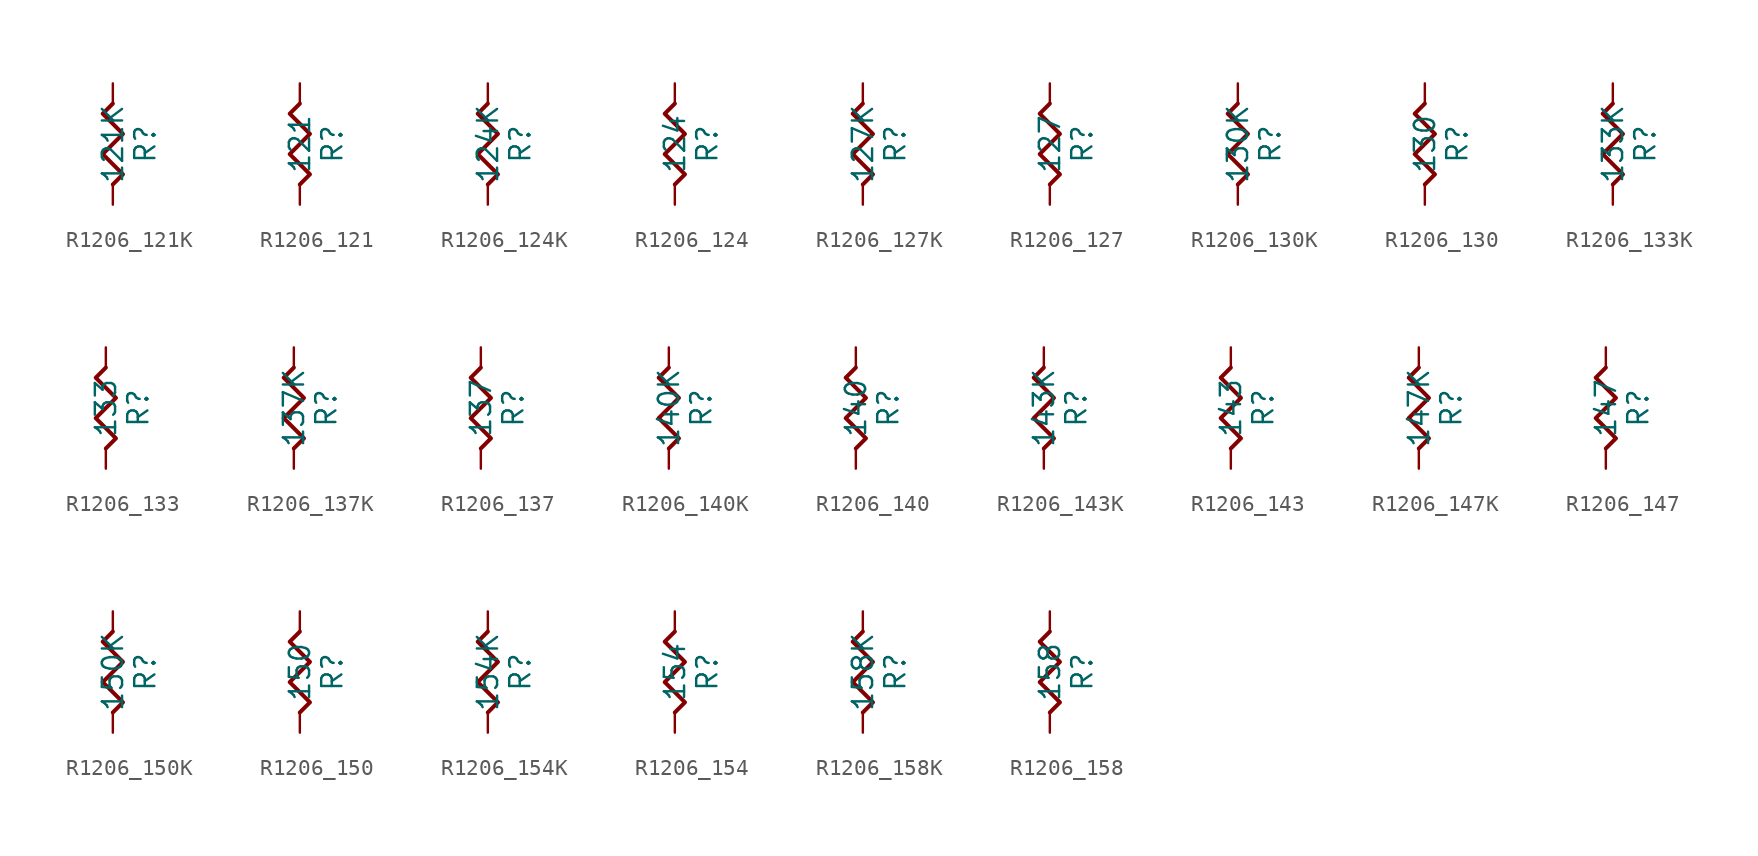
<source format=kicad_sym>
(kicad_symbol_lib
  (version 20211014)
  (generator atlantix-eda)
  (symbol "R1206_121K"
    (pin_numbers hide)
    (pin_names
      (offset 0))
    (property "Reference" "R"
      (at 2.032 0 90)
      (effects (font (size 1.27 1.27))))
    (property "Value" "121K"
      (at 0 0 90)
      (effects (font (size 1.27 1.27))))
    (symbol "R1206_121K_0_1"
      (polyline (pts (xy 0 -2.54) (xy 0.635 -1.905) (xy -0.635 -0.635) (xy 0.635 0.635) (xy -0.635 1.905) (xy 0 2.54)) (stroke (width 0.254) (type default) (color 0 0 0 0)) (fill (type none))))
    (symbol "R1206_121K_1_1"
      (pin passive line (at 0 3.81 270) (length 1.27) (name "~" (effects (font (size 1.27 1.27)))) (number "1" (effects (font (size 1.27 1.27)))))
      (pin passive line (at 0 -3.81 90) (length 1.27) (name "~" (effects (font (size 1.27 1.27)))) (number "2" (effects (font (size 1.27 1.27)))))))
  (symbol "R1206_121"
    (pin_numbers hide)
    (pin_names
      (offset 0))
    (property "Reference" "R"
      (at 2.032 0 90)
      (effects (font (size 1.27 1.27))))
    (property "Value" "121"
      (at 0 0 90)
      (effects (font (size 1.27 1.27))))
    (symbol "R1206_121_0_1"
      (polyline (pts (xy 0 -2.54) (xy 0.635 -1.905) (xy -0.635 -0.635) (xy 0.635 0.635) (xy -0.635 1.905) (xy 0 2.54)) (stroke (width 0.254) (type default) (color 0 0 0 0)) (fill (type none))))
    (symbol "R1206_121_1_1"
      (pin passive line (at 0 3.81 270) (length 1.27) (name "~" (effects (font (size 1.27 1.27)))) (number "1" (effects (font (size 1.27 1.27)))))
      (pin passive line (at 0 -3.81 90) (length 1.27) (name "~" (effects (font (size 1.27 1.27)))) (number "2" (effects (font (size 1.27 1.27)))))))
  (symbol "R1206_124K"
    (pin_numbers hide)
    (pin_names
      (offset 0))
    (property "Reference" "R"
      (at 2.032 0 90)
      (effects (font (size 1.27 1.27))))
    (property "Value" "124K"
      (at 0 0 90)
      (effects (font (size 1.27 1.27))))
    (symbol "R1206_124K_0_1"
      (polyline (pts (xy 0 -2.54) (xy 0.635 -1.905) (xy -0.635 -0.635) (xy 0.635 0.635) (xy -0.635 1.905) (xy 0 2.54)) (stroke (width 0.254) (type default) (color 0 0 0 0)) (fill (type none))))
    (symbol "R1206_124K_1_1"
      (pin passive line (at 0 3.81 270) (length 1.27) (name "~" (effects (font (size 1.27 1.27)))) (number "1" (effects (font (size 1.27 1.27)))))
      (pin passive line (at 0 -3.81 90) (length 1.27) (name "~" (effects (font (size 1.27 1.27)))) (number "2" (effects (font (size 1.27 1.27)))))))
  (symbol "R1206_124"
    (pin_numbers hide)
    (pin_names
      (offset 0))
    (property "Reference" "R"
      (at 2.032 0 90)
      (effects (font (size 1.27 1.27))))
    (property "Value" "124"
      (at 0 0 90)
      (effects (font (size 1.27 1.27))))
    (symbol "R1206_124_0_1"
      (polyline (pts (xy 0 -2.54) (xy 0.635 -1.905) (xy -0.635 -0.635) (xy 0.635 0.635) (xy -0.635 1.905) (xy 0 2.54)) (stroke (width 0.254) (type default) (color 0 0 0 0)) (fill (type none))))
    (symbol "R1206_124_1_1"
      (pin passive line (at 0 3.81 270) (length 1.27) (name "~" (effects (font (size 1.27 1.27)))) (number "1" (effects (font (size 1.27 1.27)))))
      (pin passive line (at 0 -3.81 90) (length 1.27) (name "~" (effects (font (size 1.27 1.27)))) (number "2" (effects (font (size 1.27 1.27)))))))
  (symbol "R1206_127K"
    (pin_numbers hide)
    (pin_names
      (offset 0))
    (property "Reference" "R"
      (at 2.032 0 90)
      (effects (font (size 1.27 1.27))))
    (property "Value" "127K"
      (at 0 0 90)
      (effects (font (size 1.27 1.27))))
    (symbol "R1206_127K_0_1"
      (polyline (pts (xy 0 -2.54) (xy 0.635 -1.905) (xy -0.635 -0.635) (xy 0.635 0.635) (xy -0.635 1.905) (xy 0 2.54)) (stroke (width 0.254) (type default) (color 0 0 0 0)) (fill (type none))))
    (symbol "R1206_127K_1_1"
      (pin passive line (at 0 3.81 270) (length 1.27) (name "~" (effects (font (size 1.27 1.27)))) (number "1" (effects (font (size 1.27 1.27)))))
      (pin passive line (at 0 -3.81 90) (length 1.27) (name "~" (effects (font (size 1.27 1.27)))) (number "2" (effects (font (size 1.27 1.27)))))))
  (symbol "R1206_127"
    (pin_numbers hide)
    (pin_names
      (offset 0))
    (property "Reference" "R"
      (at 2.032 0 90)
      (effects (font (size 1.27 1.27))))
    (property "Value" "127"
      (at 0 0 90)
      (effects (font (size 1.27 1.27))))
    (symbol "R1206_127_0_1"
      (polyline (pts (xy 0 -2.54) (xy 0.635 -1.905) (xy -0.635 -0.635) (xy 0.635 0.635) (xy -0.635 1.905) (xy 0 2.54)) (stroke (width 0.254) (type default) (color 0 0 0 0)) (fill (type none))))
    (symbol "R1206_127_1_1"
      (pin passive line (at 0 3.81 270) (length 1.27) (name "~" (effects (font (size 1.27 1.27)))) (number "1" (effects (font (size 1.27 1.27)))))
      (pin passive line (at 0 -3.81 90) (length 1.27) (name "~" (effects (font (size 1.27 1.27)))) (number "2" (effects (font (size 1.27 1.27)))))))
  (symbol "R1206_130K"
    (pin_numbers hide)
    (pin_names
      (offset 0))
    (property "Reference" "R"
      (at 2.032 0 90)
      (effects (font (size 1.27 1.27))))
    (property "Value" "130K"
      (at 0 0 90)
      (effects (font (size 1.27 1.27))))
    (symbol "R1206_130K_0_1"
      (polyline (pts (xy 0 -2.54) (xy 0.635 -1.905) (xy -0.635 -0.635) (xy 0.635 0.635) (xy -0.635 1.905) (xy 0 2.54)) (stroke (width 0.254) (type default) (color 0 0 0 0)) (fill (type none))))
    (symbol "R1206_130K_1_1"
      (pin passive line (at 0 3.81 270) (length 1.27) (name "~" (effects (font (size 1.27 1.27)))) (number "1" (effects (font (size 1.27 1.27)))))
      (pin passive line (at 0 -3.81 90) (length 1.27) (name "~" (effects (font (size 1.27 1.27)))) (number "2" (effects (font (size 1.27 1.27)))))))
  (symbol "R1206_130"
    (pin_numbers hide)
    (pin_names
      (offset 0))
    (property "Reference" "R"
      (at 2.032 0 90)
      (effects (font (size 1.27 1.27))))
    (property "Value" "130"
      (at 0 0 90)
      (effects (font (size 1.27 1.27))))
    (symbol "R1206_130_0_1"
      (polyline (pts (xy 0 -2.54) (xy 0.635 -1.905) (xy -0.635 -0.635) (xy 0.635 0.635) (xy -0.635 1.905) (xy 0 2.54)) (stroke (width 0.254) (type default) (color 0 0 0 0)) (fill (type none))))
    (symbol "R1206_130_1_1"
      (pin passive line (at 0 3.81 270) (length 1.27) (name "~" (effects (font (size 1.27 1.27)))) (number "1" (effects (font (size 1.27 1.27)))))
      (pin passive line (at 0 -3.81 90) (length 1.27) (name "~" (effects (font (size 1.27 1.27)))) (number "2" (effects (font (size 1.27 1.27)))))))
  (symbol "R1206_133K"
    (pin_numbers hide)
    (pin_names
      (offset 0))
    (property "Reference" "R"
      (at 2.032 0 90)
      (effects (font (size 1.27 1.27))))
    (property "Value" "133K"
      (at 0 0 90)
      (effects (font (size 1.27 1.27))))
    (symbol "R1206_133K_0_1"
      (polyline (pts (xy 0 -2.54) (xy 0.635 -1.905) (xy -0.635 -0.635) (xy 0.635 0.635) (xy -0.635 1.905) (xy 0 2.54)) (stroke (width 0.254) (type default) (color 0 0 0 0)) (fill (type none))))
    (symbol "R1206_133K_1_1"
      (pin passive line (at 0 3.81 270) (length 1.27) (name "~" (effects (font (size 1.27 1.27)))) (number "1" (effects (font (size 1.27 1.27)))))
      (pin passive line (at 0 -3.81 90) (length 1.27) (name "~" (effects (font (size 1.27 1.27)))) (number "2" (effects (font (size 1.27 1.27)))))))
  (symbol "R1206_133"
    (pin_numbers hide)
    (pin_names
      (offset 0))
    (property "Reference" "R"
      (at 2.032 0 90)
      (effects (font (size 1.27 1.27))))
    (property "Value" "133"
      (at 0 0 90)
      (effects (font (size 1.27 1.27))))
    (symbol "R1206_133_0_1"
      (polyline (pts (xy 0 -2.54) (xy 0.635 -1.905) (xy -0.635 -0.635) (xy 0.635 0.635) (xy -0.635 1.905) (xy 0 2.54)) (stroke (width 0.254) (type default) (color 0 0 0 0)) (fill (type none))))
    (symbol "R1206_133_1_1"
      (pin passive line (at 0 3.81 270) (length 1.27) (name "~" (effects (font (size 1.27 1.27)))) (number "1" (effects (font (size 1.27 1.27)))))
      (pin passive line (at 0 -3.81 90) (length 1.27) (name "~" (effects (font (size 1.27 1.27)))) (number "2" (effects (font (size 1.27 1.27)))))))
  (symbol "R1206_137K"
    (pin_numbers hide)
    (pin_names
      (offset 0))
    (property "Reference" "R"
      (at 2.032 0 90)
      (effects (font (size 1.27 1.27))))
    (property "Value" "137K"
      (at 0 0 90)
      (effects (font (size 1.27 1.27))))
    (symbol "R1206_137K_0_1"
      (polyline (pts (xy 0 -2.54) (xy 0.635 -1.905) (xy -0.635 -0.635) (xy 0.635 0.635) (xy -0.635 1.905) (xy 0 2.54)) (stroke (width 0.254) (type default) (color 0 0 0 0)) (fill (type none))))
    (symbol "R1206_137K_1_1"
      (pin passive line (at 0 3.81 270) (length 1.27) (name "~" (effects (font (size 1.27 1.27)))) (number "1" (effects (font (size 1.27 1.27)))))
      (pin passive line (at 0 -3.81 90) (length 1.27) (name "~" (effects (font (size 1.27 1.27)))) (number "2" (effects (font (size 1.27 1.27)))))))
  (symbol "R1206_137"
    (pin_numbers hide)
    (pin_names
      (offset 0))
    (property "Reference" "R"
      (at 2.032 0 90)
      (effects (font (size 1.27 1.27))))
    (property "Value" "137"
      (at 0 0 90)
      (effects (font (size 1.27 1.27))))
    (symbol "R1206_137_0_1"
      (polyline (pts (xy 0 -2.54) (xy 0.635 -1.905) (xy -0.635 -0.635) (xy 0.635 0.635) (xy -0.635 1.905) (xy 0 2.54)) (stroke (width 0.254) (type default) (color 0 0 0 0)) (fill (type none))))
    (symbol "R1206_137_1_1"
      (pin passive line (at 0 3.81 270) (length 1.27) (name "~" (effects (font (size 1.27 1.27)))) (number "1" (effects (font (size 1.27 1.27)))))
      (pin passive line (at 0 -3.81 90) (length 1.27) (name "~" (effects (font (size 1.27 1.27)))) (number "2" (effects (font (size 1.27 1.27)))))))
  (symbol "R1206_140K"
    (pin_numbers hide)
    (pin_names
      (offset 0))
    (property "Reference" "R"
      (at 2.032 0 90)
      (effects (font (size 1.27 1.27))))
    (property "Value" "140K"
      (at 0 0 90)
      (effects (font (size 1.27 1.27))))
    (symbol "R1206_140K_0_1"
      (polyline (pts (xy 0 -2.54) (xy 0.635 -1.905) (xy -0.635 -0.635) (xy 0.635 0.635) (xy -0.635 1.905) (xy 0 2.54)) (stroke (width 0.254) (type default) (color 0 0 0 0)) (fill (type none))))
    (symbol "R1206_140K_1_1"
      (pin passive line (at 0 3.81 270) (length 1.27) (name "~" (effects (font (size 1.27 1.27)))) (number "1" (effects (font (size 1.27 1.27)))))
      (pin passive line (at 0 -3.81 90) (length 1.27) (name "~" (effects (font (size 1.27 1.27)))) (number "2" (effects (font (size 1.27 1.27)))))))
  (symbol "R1206_140"
    (pin_numbers hide)
    (pin_names
      (offset 0))
    (property "Reference" "R"
      (at 2.032 0 90)
      (effects (font (size 1.27 1.27))))
    (property "Value" "140"
      (at 0 0 90)
      (effects (font (size 1.27 1.27))))
    (symbol "R1206_140_0_1"
      (polyline (pts (xy 0 -2.54) (xy 0.635 -1.905) (xy -0.635 -0.635) (xy 0.635 0.635) (xy -0.635 1.905) (xy 0 2.54)) (stroke (width 0.254) (type default) (color 0 0 0 0)) (fill (type none))))
    (symbol "R1206_140_1_1"
      (pin passive line (at 0 3.81 270) (length 1.27) (name "~" (effects (font (size 1.27 1.27)))) (number "1" (effects (font (size 1.27 1.27)))))
      (pin passive line (at 0 -3.81 90) (length 1.27) (name "~" (effects (font (size 1.27 1.27)))) (number "2" (effects (font (size 1.27 1.27)))))))
  (symbol "R1206_143K"
    (pin_numbers hide)
    (pin_names
      (offset 0))
    (property "Reference" "R"
      (at 2.032 0 90)
      (effects (font (size 1.27 1.27))))
    (property "Value" "143K"
      (at 0 0 90)
      (effects (font (size 1.27 1.27))))
    (symbol "R1206_143K_0_1"
      (polyline (pts (xy 0 -2.54) (xy 0.635 -1.905) (xy -0.635 -0.635) (xy 0.635 0.635) (xy -0.635 1.905) (xy 0 2.54)) (stroke (width 0.254) (type default) (color 0 0 0 0)) (fill (type none))))
    (symbol "R1206_143K_1_1"
      (pin passive line (at 0 3.81 270) (length 1.27) (name "~" (effects (font (size 1.27 1.27)))) (number "1" (effects (font (size 1.27 1.27)))))
      (pin passive line (at 0 -3.81 90) (length 1.27) (name "~" (effects (font (size 1.27 1.27)))) (number "2" (effects (font (size 1.27 1.27)))))))
  (symbol "R1206_143"
    (pin_numbers hide)
    (pin_names
      (offset 0))
    (property "Reference" "R"
      (at 2.032 0 90)
      (effects (font (size 1.27 1.27))))
    (property "Value" "143"
      (at 0 0 90)
      (effects (font (size 1.27 1.27))))
    (symbol "R1206_143_0_1"
      (polyline (pts (xy 0 -2.54) (xy 0.635 -1.905) (xy -0.635 -0.635) (xy 0.635 0.635) (xy -0.635 1.905) (xy 0 2.54)) (stroke (width 0.254) (type default) (color 0 0 0 0)) (fill (type none))))
    (symbol "R1206_143_1_1"
      (pin passive line (at 0 3.81 270) (length 1.27) (name "~" (effects (font (size 1.27 1.27)))) (number "1" (effects (font (size 1.27 1.27)))))
      (pin passive line (at 0 -3.81 90) (length 1.27) (name "~" (effects (font (size 1.27 1.27)))) (number "2" (effects (font (size 1.27 1.27)))))))
  (symbol "R1206_147K"
    (pin_numbers hide)
    (pin_names
      (offset 0))
    (property "Reference" "R"
      (at 2.032 0 90)
      (effects (font (size 1.27 1.27))))
    (property "Value" "147K"
      (at 0 0 90)
      (effects (font (size 1.27 1.27))))
    (symbol "R1206_147K_0_1"
      (polyline (pts (xy 0 -2.54) (xy 0.635 -1.905) (xy -0.635 -0.635) (xy 0.635 0.635) (xy -0.635 1.905) (xy 0 2.54)) (stroke (width 0.254) (type default) (color 0 0 0 0)) (fill (type none))))
    (symbol "R1206_147K_1_1"
      (pin passive line (at 0 3.81 270) (length 1.27) (name "~" (effects (font (size 1.27 1.27)))) (number "1" (effects (font (size 1.27 1.27)))))
      (pin passive line (at 0 -3.81 90) (length 1.27) (name "~" (effects (font (size 1.27 1.27)))) (number "2" (effects (font (size 1.27 1.27)))))))
  (symbol "R1206_147"
    (pin_numbers hide)
    (pin_names
      (offset 0))
    (property "Reference" "R"
      (at 2.032 0 90)
      (effects (font (size 1.27 1.27))))
    (property "Value" "147"
      (at 0 0 90)
      (effects (font (size 1.27 1.27))))
    (symbol "R1206_147_0_1"
      (polyline (pts (xy 0 -2.54) (xy 0.635 -1.905) (xy -0.635 -0.635) (xy 0.635 0.635) (xy -0.635 1.905) (xy 0 2.54)) (stroke (width 0.254) (type default) (color 0 0 0 0)) (fill (type none))))
    (symbol "R1206_147_1_1"
      (pin passive line (at 0 3.81 270) (length 1.27) (name "~" (effects (font (size 1.27 1.27)))) (number "1" (effects (font (size 1.27 1.27)))))
      (pin passive line (at 0 -3.81 90) (length 1.27) (name "~" (effects (font (size 1.27 1.27)))) (number "2" (effects (font (size 1.27 1.27)))))))
  (symbol "R1206_150K"
    (pin_numbers hide)
    (pin_names
      (offset 0))
    (property "Reference" "R"
      (at 2.032 0 90)
      (effects (font (size 1.27 1.27))))
    (property "Value" "150K"
      (at 0 0 90)
      (effects (font (size 1.27 1.27))))
    (symbol "R1206_150K_0_1"
      (polyline (pts (xy 0 -2.54) (xy 0.635 -1.905) (xy -0.635 -0.635) (xy 0.635 0.635) (xy -0.635 1.905) (xy 0 2.54)) (stroke (width 0.254) (type default) (color 0 0 0 0)) (fill (type none))))
    (symbol "R1206_150K_1_1"
      (pin passive line (at 0 3.81 270) (length 1.27) (name "~" (effects (font (size 1.27 1.27)))) (number "1" (effects (font (size 1.27 1.27)))))
      (pin passive line (at 0 -3.81 90) (length 1.27) (name "~" (effects (font (size 1.27 1.27)))) (number "2" (effects (font (size 1.27 1.27)))))))
  (symbol "R1206_150"
    (pin_numbers hide)
    (pin_names
      (offset 0))
    (property "Reference" "R"
      (at 2.032 0 90)
      (effects (font (size 1.27 1.27))))
    (property "Value" "150"
      (at 0 0 90)
      (effects (font (size 1.27 1.27))))
    (symbol "R1206_150_0_1"
      (polyline (pts (xy 0 -2.54) (xy 0.635 -1.905) (xy -0.635 -0.635) (xy 0.635 0.635) (xy -0.635 1.905) (xy 0 2.54)) (stroke (width 0.254) (type default) (color 0 0 0 0)) (fill (type none))))
    (symbol "R1206_150_1_1"
      (pin passive line (at 0 3.81 270) (length 1.27) (name "~" (effects (font (size 1.27 1.27)))) (number "1" (effects (font (size 1.27 1.27)))))
      (pin passive line (at 0 -3.81 90) (length 1.27) (name "~" (effects (font (size 1.27 1.27)))) (number "2" (effects (font (size 1.27 1.27)))))))
  (symbol "R1206_154K"
    (pin_numbers hide)
    (pin_names
      (offset 0))
    (property "Reference" "R"
      (at 2.032 0 90)
      (effects (font (size 1.27 1.27))))
    (property "Value" "154K"
      (at 0 0 90)
      (effects (font (size 1.27 1.27))))
    (symbol "R1206_154K_0_1"
      (polyline (pts (xy 0 -2.54) (xy 0.635 -1.905) (xy -0.635 -0.635) (xy 0.635 0.635) (xy -0.635 1.905) (xy 0 2.54)) (stroke (width 0.254) (type default) (color 0 0 0 0)) (fill (type none))))
    (symbol "R1206_154K_1_1"
      (pin passive line (at 0 3.81 270) (length 1.27) (name "~" (effects (font (size 1.27 1.27)))) (number "1" (effects (font (size 1.27 1.27)))))
      (pin passive line (at 0 -3.81 90) (length 1.27) (name "~" (effects (font (size 1.27 1.27)))) (number "2" (effects (font (size 1.27 1.27)))))))
  (symbol "R1206_154"
    (pin_numbers hide)
    (pin_names
      (offset 0))
    (property "Reference" "R"
      (at 2.032 0 90)
      (effects (font (size 1.27 1.27))))
    (property "Value" "154"
      (at 0 0 90)
      (effects (font (size 1.27 1.27))))
    (symbol "R1206_154_0_1"
      (polyline (pts (xy 0 -2.54) (xy 0.635 -1.905) (xy -0.635 -0.635) (xy 0.635 0.635) (xy -0.635 1.905) (xy 0 2.54)) (stroke (width 0.254) (type default) (color 0 0 0 0)) (fill (type none))))
    (symbol "R1206_154_1_1"
      (pin passive line (at 0 3.81 270) (length 1.27) (name "~" (effects (font (size 1.27 1.27)))) (number "1" (effects (font (size 1.27 1.27)))))
      (pin passive line (at 0 -3.81 90) (length 1.27) (name "~" (effects (font (size 1.27 1.27)))) (number "2" (effects (font (size 1.27 1.27)))))))
  (symbol "R1206_158K"
    (pin_numbers hide)
    (pin_names
      (offset 0))
    (property "Reference" "R"
      (at 2.032 0 90)
      (effects (font (size 1.27 1.27))))
    (property "Value" "158K"
      (at 0 0 90)
      (effects (font (size 1.27 1.27))))
    (symbol "R1206_158K_0_1"
      (polyline (pts (xy 0 -2.54) (xy 0.635 -1.905) (xy -0.635 -0.635) (xy 0.635 0.635) (xy -0.635 1.905) (xy 0 2.54)) (stroke (width 0.254) (type default) (color 0 0 0 0)) (fill (type none))))
    (symbol "R1206_158K_1_1"
      (pin passive line (at 0 3.81 270) (length 1.27) (name "~" (effects (font (size 1.27 1.27)))) (number "1" (effects (font (size 1.27 1.27)))))
      (pin passive line (at 0 -3.81 90) (length 1.27) (name "~" (effects (font (size 1.27 1.27)))) (number "2" (effects (font (size 1.27 1.27)))))))
  (symbol "R1206_158"
    (pin_numbers hide)
    (pin_names
      (offset 0))
    (property "Reference" "R"
      (at 2.032 0 90)
      (effects (font (size 1.27 1.27))))
    (property "Value" "158"
      (at 0 0 90)
      (effects (font (size 1.27 1.27))))
    (symbol "R1206_158_0_1"
      (polyline (pts (xy 0 -2.54) (xy 0.635 -1.905) (xy -0.635 -0.635) (xy 0.635 0.635) (xy -0.635 1.905) (xy 0 2.54)) (stroke (width 0.254) (type default) (color 0 0 0 0)) (fill (type none))))
    (symbol "R1206_158_1_1"
      (pin passive line (at 0 3.81 270) (length 1.27) (name "~" (effects (font (size 1.27 1.27)))) (number "1" (effects (font (size 1.27 1.27)))))
      (pin passive line (at 0 -3.81 90) (length 1.27) (name "~" (effects (font (size 1.27 1.27)))) (number "2" (effects (font (size 1.27 1.27))))))))
</source>
